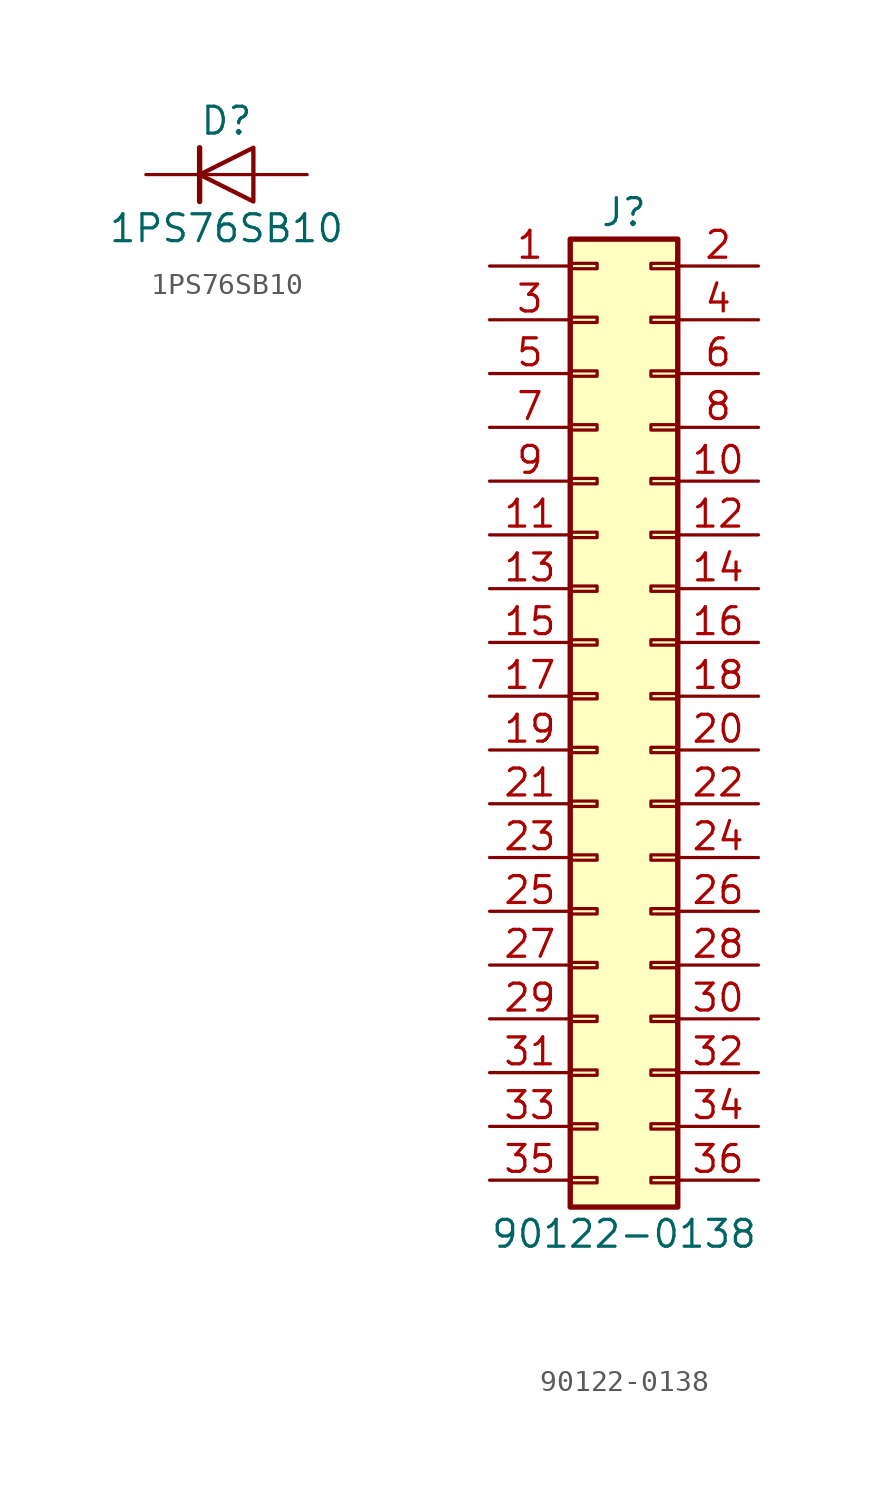
<source format=kicad_sym>
(kicad_symbol_lib
  (version 20211014)
  (generator kicad_symbol_editor)
  (symbol "1PS76SB10"
    (pin_numbers hide)
    (pin_names
      (offset 1.016) hide)
    (property "Reference" "D"
      (at 0 2.54 0)
      (effects (font (size 1.27 1.27))))
    (property "Value" "1PS76SB10"
      (at 0 -2.54 0)
      (effects (font (size 1.27 1.27))))
    (symbol "1PS76SB10_0_1"
      (polyline (pts (xy -1.27 1.27) (xy -1.27 -1.27)) (stroke (width 0.254) (type default) (color 0 0 0 0)) (fill (type none)))
      (polyline (pts (xy 1.27 0) (xy -1.27 0)) (stroke (width 0) (type default) (color 0 0 0 0)) (fill (type none)))
      (polyline (pts (xy 1.27 1.27) (xy 1.27 -1.27) (xy -1.27 0) (xy 1.27 1.27)) (stroke (width 0.203) (type default) (color 0 0 0 0)) (fill (type none))))
    (symbol "1PS76SB10_1_1"
      (pin passive line (at -3.81 0 0) (length 2.54) (name "K" (effects (font (size 1.27 1.27)))) (number "1" (effects (font (size 1.27 1.27)))))
      (pin passive line (at 3.81 0 180) (length 2.54) (name "A" (effects (font (size 1.27 1.27)))) (number "2" (effects (font (size 1.27 1.27)))))))
  (symbol "90122-0138"
    (pin_names
      (offset 1.016) hide)
    (property "Reference" "J"
      (at 1.27 22.86 0)
      (effects (font (size 1.27 1.27))))
    (property "Value" "90122-0138"
      (at 1.27 -25.4 0)
      (effects (font (size 1.27 1.27))))
    (symbol "90122-0138_1_1"
      (rectangle (start -1.27 -22.733) (end 0 -22.987) (stroke (width 0.152) (type default) (color 0 0 0 0)) (fill (type none)))
      (rectangle (start -1.27 -20.193) (end 0 -20.447) (stroke (width 0.152) (type default) (color 0 0 0 0)) (fill (type none)))
      (rectangle (start -1.27 -17.653) (end 0 -17.907) (stroke (width 0.152) (type default) (color 0 0 0 0)) (fill (type none)))
      (rectangle (start -1.27 -15.113) (end 0 -15.367) (stroke (width 0.152) (type default) (color 0 0 0 0)) (fill (type none)))
      (rectangle (start -1.27 -12.573) (end 0 -12.827) (stroke (width 0.152) (type default) (color 0 0 0 0)) (fill (type none)))
      (rectangle (start -1.27 -10.033) (end 0 -10.287) (stroke (width 0.152) (type default) (color 0 0 0 0)) (fill (type none)))
      (rectangle (start -1.27 -7.493) (end 0 -7.747) (stroke (width 0.152) (type default) (color 0 0 0 0)) (fill (type none)))
      (rectangle (start -1.27 -4.953) (end 0 -5.207) (stroke (width 0.152) (type default) (color 0 0 0 0)) (fill (type none)))
      (rectangle (start -1.27 -2.413) (end 0 -2.667) (stroke (width 0.152) (type default) (color 0 0 0 0)) (fill (type none)))
      (rectangle (start -1.27 0.127) (end 0 -0.127) (stroke (width 0.152) (type default) (color 0 0 0 0)) (fill (type none)))
      (rectangle (start -1.27 2.667) (end 0 2.413) (stroke (width 0.152) (type default) (color 0 0 0 0)) (fill (type none)))
      (rectangle (start -1.27 5.207) (end 0 4.953) (stroke (width 0.152) (type default) (color 0 0 0 0)) (fill (type none)))
      (rectangle (start -1.27 7.747) (end 0 7.493) (stroke (width 0.152) (type default) (color 0 0 0 0)) (fill (type none)))
      (rectangle (start -1.27 10.287) (end 0 10.033) (stroke (width 0.152) (type default) (color 0 0 0 0)) (fill (type none)))
      (rectangle (start -1.27 12.827) (end 0 12.573) (stroke (width 0.152) (type default) (color 0 0 0 0)) (fill (type none)))
      (rectangle (start -1.27 15.367) (end 0 15.113) (stroke (width 0.152) (type default) (color 0 0 0 0)) (fill (type none)))
      (rectangle (start -1.27 17.907) (end 0 17.653) (stroke (width 0.152) (type default) (color 0 0 0 0)) (fill (type none)))
      (rectangle (start -1.27 20.447) (end 0 20.193) (stroke (width 0.152) (type default) (color 0 0 0 0)) (fill (type none)))
      (rectangle (start -1.27 21.59) (end 3.81 -24.13) (stroke (width 0.254) (type default) (color 0 0 0 0)) (fill (type background)))
      (rectangle (start 3.81 -22.733) (end 2.54 -22.987) (stroke (width 0.152) (type default) (color 0 0 0 0)) (fill (type none)))
      (rectangle (start 3.81 -20.193) (end 2.54 -20.447) (stroke (width 0.152) (type default) (color 0 0 0 0)) (fill (type none)))
      (rectangle (start 3.81 -17.653) (end 2.54 -17.907) (stroke (width 0.152) (type default) (color 0 0 0 0)) (fill (type none)))
      (rectangle (start 3.81 -15.113) (end 2.54 -15.367) (stroke (width 0.152) (type default) (color 0 0 0 0)) (fill (type none)))
      (rectangle (start 3.81 -12.573) (end 2.54 -12.827) (stroke (width 0.152) (type default) (color 0 0 0 0)) (fill (type none)))
      (rectangle (start 3.81 -10.033) (end 2.54 -10.287) (stroke (width 0.152) (type default) (color 0 0 0 0)) (fill (type none)))
      (rectangle (start 3.81 -7.493) (end 2.54 -7.747) (stroke (width 0.152) (type default) (color 0 0 0 0)) (fill (type none)))
      (rectangle (start 3.81 -4.953) (end 2.54 -5.207) (stroke (width 0.152) (type default) (color 0 0 0 0)) (fill (type none)))
      (rectangle (start 3.81 -2.413) (end 2.54 -2.667) (stroke (width 0.152) (type default) (color 0 0 0 0)) (fill (type none)))
      (rectangle (start 3.81 0.127) (end 2.54 -0.127) (stroke (width 0.152) (type default) (color 0 0 0 0)) (fill (type none)))
      (rectangle (start 3.81 2.667) (end 2.54 2.413) (stroke (width 0.152) (type default) (color 0 0 0 0)) (fill (type none)))
      (rectangle (start 3.81 5.207) (end 2.54 4.953) (stroke (width 0.152) (type default) (color 0 0 0 0)) (fill (type none)))
      (rectangle (start 3.81 7.747) (end 2.54 7.493) (stroke (width 0.152) (type default) (color 0 0 0 0)) (fill (type none)))
      (rectangle (start 3.81 10.287) (end 2.54 10.033) (stroke (width 0.152) (type default) (color 0 0 0 0)) (fill (type none)))
      (rectangle (start 3.81 12.827) (end 2.54 12.573) (stroke (width 0.152) (type default) (color 0 0 0 0)) (fill (type none)))
      (rectangle (start 3.81 15.367) (end 2.54 15.113) (stroke (width 0.152) (type default) (color 0 0 0 0)) (fill (type none)))
      (rectangle (start 3.81 17.907) (end 2.54 17.653) (stroke (width 0.152) (type default) (color 0 0 0 0)) (fill (type none)))
      (rectangle (start 3.81 20.447) (end 2.54 20.193) (stroke (width 0.152) (type default) (color 0 0 0 0)) (fill (type none)))
      (pin passive line (at -5.08 20.32 0) (length 3.81) (name "Pin_1" (effects (font (size 1.27 1.27)))) (number "1" (effects (font (size 1.27 1.27)))))
      (pin passive line (at 7.62 10.16 180) (length 3.81) (name "Pin_10" (effects (font (size 1.27 1.27)))) (number "10" (effects (font (size 1.27 1.27)))))
      (pin passive line (at -5.08 7.62 0) (length 3.81) (name "Pin_11" (effects (font (size 1.27 1.27)))) (number "11" (effects (font (size 1.27 1.27)))))
      (pin passive line (at 7.62 7.62 180) (length 3.81) (name "Pin_12" (effects (font (size 1.27 1.27)))) (number "12" (effects (font (size 1.27 1.27)))))
      (pin passive line (at -5.08 5.08 0) (length 3.81) (name "Pin_13" (effects (font (size 1.27 1.27)))) (number "13" (effects (font (size 1.27 1.27)))))
      (pin passive line (at 7.62 5.08 180) (length 3.81) (name "Pin_14" (effects (font (size 1.27 1.27)))) (number "14" (effects (font (size 1.27 1.27)))))
      (pin passive line (at -5.08 2.54 0) (length 3.81) (name "Pin_15" (effects (font (size 1.27 1.27)))) (number "15" (effects (font (size 1.27 1.27)))))
      (pin passive line (at 7.62 2.54 180) (length 3.81) (name "Pin_16" (effects (font (size 1.27 1.27)))) (number "16" (effects (font (size 1.27 1.27)))))
      (pin passive line (at -5.08 0 0) (length 3.81) (name "Pin_17" (effects (font (size 1.27 1.27)))) (number "17" (effects (font (size 1.27 1.27)))))
      (pin passive line (at 7.62 0 180) (length 3.81) (name "Pin_18" (effects (font (size 1.27 1.27)))) (number "18" (effects (font (size 1.27 1.27)))))
      (pin passive line (at -5.08 -2.54 0) (length 3.81) (name "Pin_19" (effects (font (size 1.27 1.27)))) (number "19" (effects (font (size 1.27 1.27)))))
      (pin passive line (at 7.62 20.32 180) (length 3.81) (name "Pin_2" (effects (font (size 1.27 1.27)))) (number "2" (effects (font (size 1.27 1.27)))))
      (pin passive line (at 7.62 -2.54 180) (length 3.81) (name "Pin_20" (effects (font (size 1.27 1.27)))) (number "20" (effects (font (size 1.27 1.27)))))
      (pin passive line (at -5.08 -5.08 0) (length 3.81) (name "Pin_21" (effects (font (size 1.27 1.27)))) (number "21" (effects (font (size 1.27 1.27)))))
      (pin passive line (at 7.62 -5.08 180) (length 3.81) (name "Pin_22" (effects (font (size 1.27 1.27)))) (number "22" (effects (font (size 1.27 1.27)))))
      (pin passive line (at -5.08 -7.62 0) (length 3.81) (name "Pin_23" (effects (font (size 1.27 1.27)))) (number "23" (effects (font (size 1.27 1.27)))))
      (pin passive line (at 7.62 -7.62 180) (length 3.81) (name "Pin_24" (effects (font (size 1.27 1.27)))) (number "24" (effects (font (size 1.27 1.27)))))
      (pin passive line (at -5.08 -10.16 0) (length 3.81) (name "Pin_25" (effects (font (size 1.27 1.27)))) (number "25" (effects (font (size 1.27 1.27)))))
      (pin passive line (at 7.62 -10.16 180) (length 3.81) (name "Pin_26" (effects (font (size 1.27 1.27)))) (number "26" (effects (font (size 1.27 1.27)))))
      (pin passive line (at -5.08 -12.7 0) (length 3.81) (name "Pin_27" (effects (font (size 1.27 1.27)))) (number "27" (effects (font (size 1.27 1.27)))))
      (pin passive line (at 7.62 -12.7 180) (length 3.81) (name "Pin_28" (effects (font (size 1.27 1.27)))) (number "28" (effects (font (size 1.27 1.27)))))
      (pin passive line (at -5.08 -15.24 0) (length 3.81) (name "Pin_29" (effects (font (size 1.27 1.27)))) (number "29" (effects (font (size 1.27 1.27)))))
      (pin passive line (at -5.08 17.78 0) (length 3.81) (name "Pin_3" (effects (font (size 1.27 1.27)))) (number "3" (effects (font (size 1.27 1.27)))))
      (pin passive line (at 7.62 -15.24 180) (length 3.81) (name "Pin_30" (effects (font (size 1.27 1.27)))) (number "30" (effects (font (size 1.27 1.27)))))
      (pin passive line (at -5.08 -17.78 0) (length 3.81) (name "Pin_31" (effects (font (size 1.27 1.27)))) (number "31" (effects (font (size 1.27 1.27)))))
      (pin passive line (at 7.62 -17.78 180) (length 3.81) (name "Pin_32" (effects (font (size 1.27 1.27)))) (number "32" (effects (font (size 1.27 1.27)))))
      (pin passive line (at -5.08 -20.32 0) (length 3.81) (name "Pin_33" (effects (font (size 1.27 1.27)))) (number "33" (effects (font (size 1.27 1.27)))))
      (pin passive line (at 7.62 -20.32 180) (length 3.81) (name "Pin_34" (effects (font (size 1.27 1.27)))) (number "34" (effects (font (size 1.27 1.27)))))
      (pin passive line (at -5.08 -22.86 0) (length 3.81) (name "Pin_35" (effects (font (size 1.27 1.27)))) (number "35" (effects (font (size 1.27 1.27)))))
      (pin passive line (at 7.62 -22.86 180) (length 3.81) (name "Pin_36" (effects (font (size 1.27 1.27)))) (number "36" (effects (font (size 1.27 1.27)))))
      (pin passive line (at 7.62 17.78 180) (length 3.81) (name "Pin_4" (effects (font (size 1.27 1.27)))) (number "4" (effects (font (size 1.27 1.27)))))
      (pin passive line (at -5.08 15.24 0) (length 3.81) (name "Pin_5" (effects (font (size 1.27 1.27)))) (number "5" (effects (font (size 1.27 1.27)))))
      (pin passive line (at 7.62 15.24 180) (length 3.81) (name "Pin_6" (effects (font (size 1.27 1.27)))) (number "6" (effects (font (size 1.27 1.27)))))
      (pin passive line (at -5.08 12.7 0) (length 3.81) (name "Pin_7" (effects (font (size 1.27 1.27)))) (number "7" (effects (font (size 1.27 1.27)))))
      (pin passive line (at 7.62 12.7 180) (length 3.81) (name "Pin_8" (effects (font (size 1.27 1.27)))) (number "8" (effects (font (size 1.27 1.27)))))
      (pin passive line (at -5.08 10.16 0) (length 3.81) (name "Pin_9" (effects (font (size 1.27 1.27)))) (number "9" (effects (font (size 1.27 1.27))))))))
</source>
